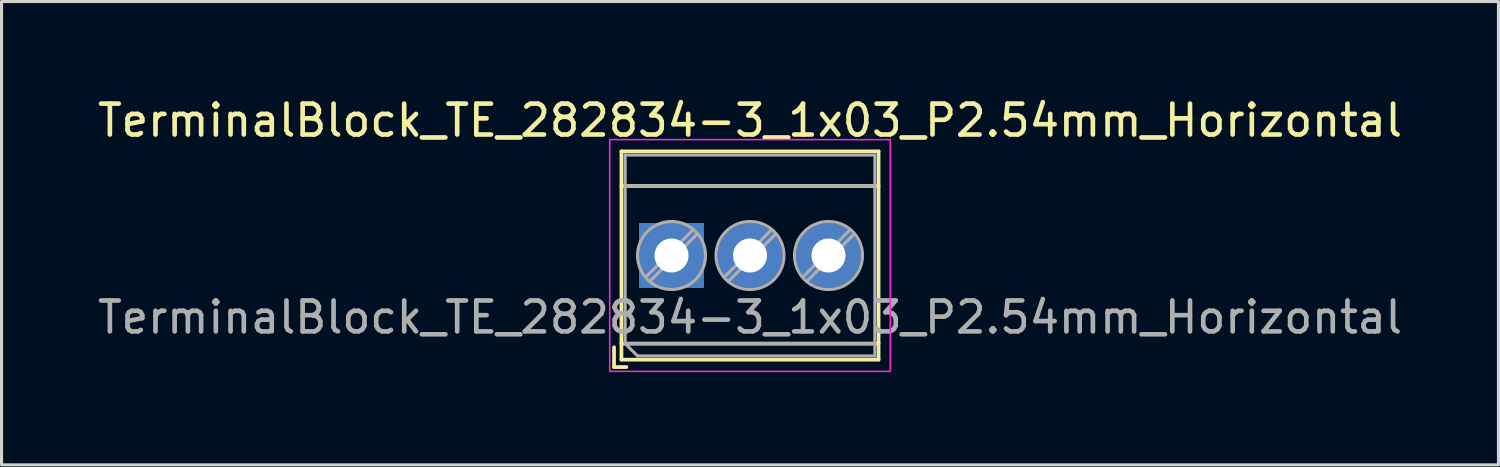
<source format=kicad_pcb>
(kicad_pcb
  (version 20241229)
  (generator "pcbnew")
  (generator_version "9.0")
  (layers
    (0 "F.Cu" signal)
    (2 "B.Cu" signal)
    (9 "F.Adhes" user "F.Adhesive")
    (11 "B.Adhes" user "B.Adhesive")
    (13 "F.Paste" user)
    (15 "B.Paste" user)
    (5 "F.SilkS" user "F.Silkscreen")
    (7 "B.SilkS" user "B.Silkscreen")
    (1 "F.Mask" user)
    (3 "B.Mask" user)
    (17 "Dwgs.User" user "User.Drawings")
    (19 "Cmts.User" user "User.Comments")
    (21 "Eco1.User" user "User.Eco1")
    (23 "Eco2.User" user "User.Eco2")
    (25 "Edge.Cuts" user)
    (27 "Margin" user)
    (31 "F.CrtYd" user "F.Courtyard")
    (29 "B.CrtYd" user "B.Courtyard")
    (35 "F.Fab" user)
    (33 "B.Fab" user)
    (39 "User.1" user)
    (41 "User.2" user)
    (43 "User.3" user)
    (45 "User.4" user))
  (footprint "TerminalBlock_TE_282834-3_1x03_P2.54mm_Horizontal"
    (layer "F.Cu")
    (at 18.68 5.218)
    (property "Reference" "TerminalBlock_TE_282834-3_1x03_P2.54mm_Horizontal" (at 2.54 -4.37 0) (layer "F.SilkS") (effects (font (size 1 1) (thickness 0.15))))
    (attr through_hole)
    (fp_line (start -1.86 2.97) (end -1.86 3.61) (stroke (width 0.12) (type solid)) (layer "F.SilkS"))
    (fp_line (start -1.86 3.61) (end -1.46 3.61) (stroke (width 0.12) (type solid)) (layer "F.SilkS"))
    (fp_line (start -1.62 -3.37) (end -1.62 3.37) (stroke (width 0.12) (type solid)) (layer "F.SilkS"))
    (fp_line (start -1.62 -3.37) (end 6.7 -3.37) (stroke (width 0.12) (type solid)) (layer "F.SilkS"))
    (fp_line (start -1.62 -2.25) (end 6.7 -2.25) (stroke (width 0.12) (type solid)) (layer "F.SilkS"))
    (fp_line (start -1.62 2.85) (end 6.7 2.85) (stroke (width 0.12) (type solid)) (layer "F.SilkS"))
    (fp_line (start -1.62 3.37) (end 6.7 3.37) (stroke (width 0.12) (type solid)) (layer "F.SilkS"))
    (fp_line (start 6.7 -3.37) (end 6.7 3.37) (stroke (width 0.12) (type solid)) (layer "F.SilkS"))
    (fp_line (start -2 -3.75) (end -2 3.75) (stroke (width 0.05) (type solid)) (layer "F.CrtYd"))
    (fp_line (start -2 3.75) (end 7.08 3.75) (stroke (width 0.05) (type solid)) (layer "F.CrtYd"))
    (fp_line (start 7.08 -3.75) (end -2 -3.75) (stroke (width 0.05) (type solid)) (layer "F.CrtYd"))
    (fp_line (start 7.08 3.75) (end 7.08 -3.75) (stroke (width 0.05) (type solid)) (layer "F.CrtYd"))
    (fp_line (start -1.5 -3.25) (end 6.58 -3.25) (stroke (width 0.1) (type solid)) (layer "F.Fab"))
    (fp_line (start -1.5 -2.25) (end 6.58 -2.25) (stroke (width 0.1) (type solid)) (layer "F.Fab"))
    (fp_line (start -1.5 2.85) (end -1.5 -3.25) (stroke (width 0.1) (type solid)) (layer "F.Fab"))
    (fp_line (start -1.5 2.85) (end 6.58 2.85) (stroke (width 0.1) (type solid)) (layer "F.Fab"))
    (fp_line (start -1.1 3.25) (end -1.5 2.85) (stroke (width 0.1) (type solid)) (layer "F.Fab"))
    (fp_line (start 0.701 -0.835) (end -0.835 0.7) (stroke (width 0.1) (type solid)) (layer "F.Fab"))
    (fp_line (start 0.835 -0.7) (end -0.701 0.835) (stroke (width 0.1) (type solid)) (layer "F.Fab"))
    (fp_line (start 3.241 -0.835) (end 1.706 0.7) (stroke (width 0.1) (type solid)) (layer "F.Fab"))
    (fp_line (start 3.375 -0.7) (end 1.84 0.835) (stroke (width 0.1) (type solid)) (layer "F.Fab"))
    (fp_line (start 5.781 -0.835) (end 4.246 0.7) (stroke (width 0.1) (type solid)) (layer "F.Fab"))
    (fp_line (start 5.915 -0.7) (end 4.38 0.835) (stroke (width 0.1) (type solid)) (layer "F.Fab"))
    (fp_line (start 6.58 -3.25) (end 6.58 3.25) (stroke (width 0.1) (type solid)) (layer "F.Fab"))
    (fp_line (start 6.58 3.25) (end -1.1 3.25) (stroke (width 0.1) (type solid)) (layer "F.Fab"))
    (fp_circle (center 0 0) (end 1.1 0) (stroke (width 0.1) (type solid)) (fill no) (layer "F.Fab"))
    (fp_circle (center 2.54 0) (end 3.64 0) (stroke (width 0.1) (type solid)) (fill no) (layer "F.Fab"))
    (fp_circle (center 5.08 0) (end 6.18 0) (stroke (width 0.1) (type solid)) (fill no) (layer "F.Fab"))
    (fp_text user "${REFERENCE}" (at 2.54 2 0) (layer "F.Fab") (effects (font (size 1 1) (thickness 0.15))))
    (pad "1" thru_hole rect (at 0 0) (size 2.1 2.1) (drill 1.1) (layers "*.Cu" "*.Mask"))
    (pad "2" thru_hole circle (at 2.54 0) (size 2.1 2.1) (drill 1.1) (layers "*.Cu" "*.Mask"))
    (pad "3" thru_hole circle (at 5.08 0) (size 2.1 2.1) (drill 1.1) (layers "*.Cu" "*.Mask")))
  (gr_rect
    (start -3 -3)
    (end 45.44 11.993)
    (stroke (width 0.1) (type default))
    (fill no)
    (layer "Edge.Cuts")))
</source>
